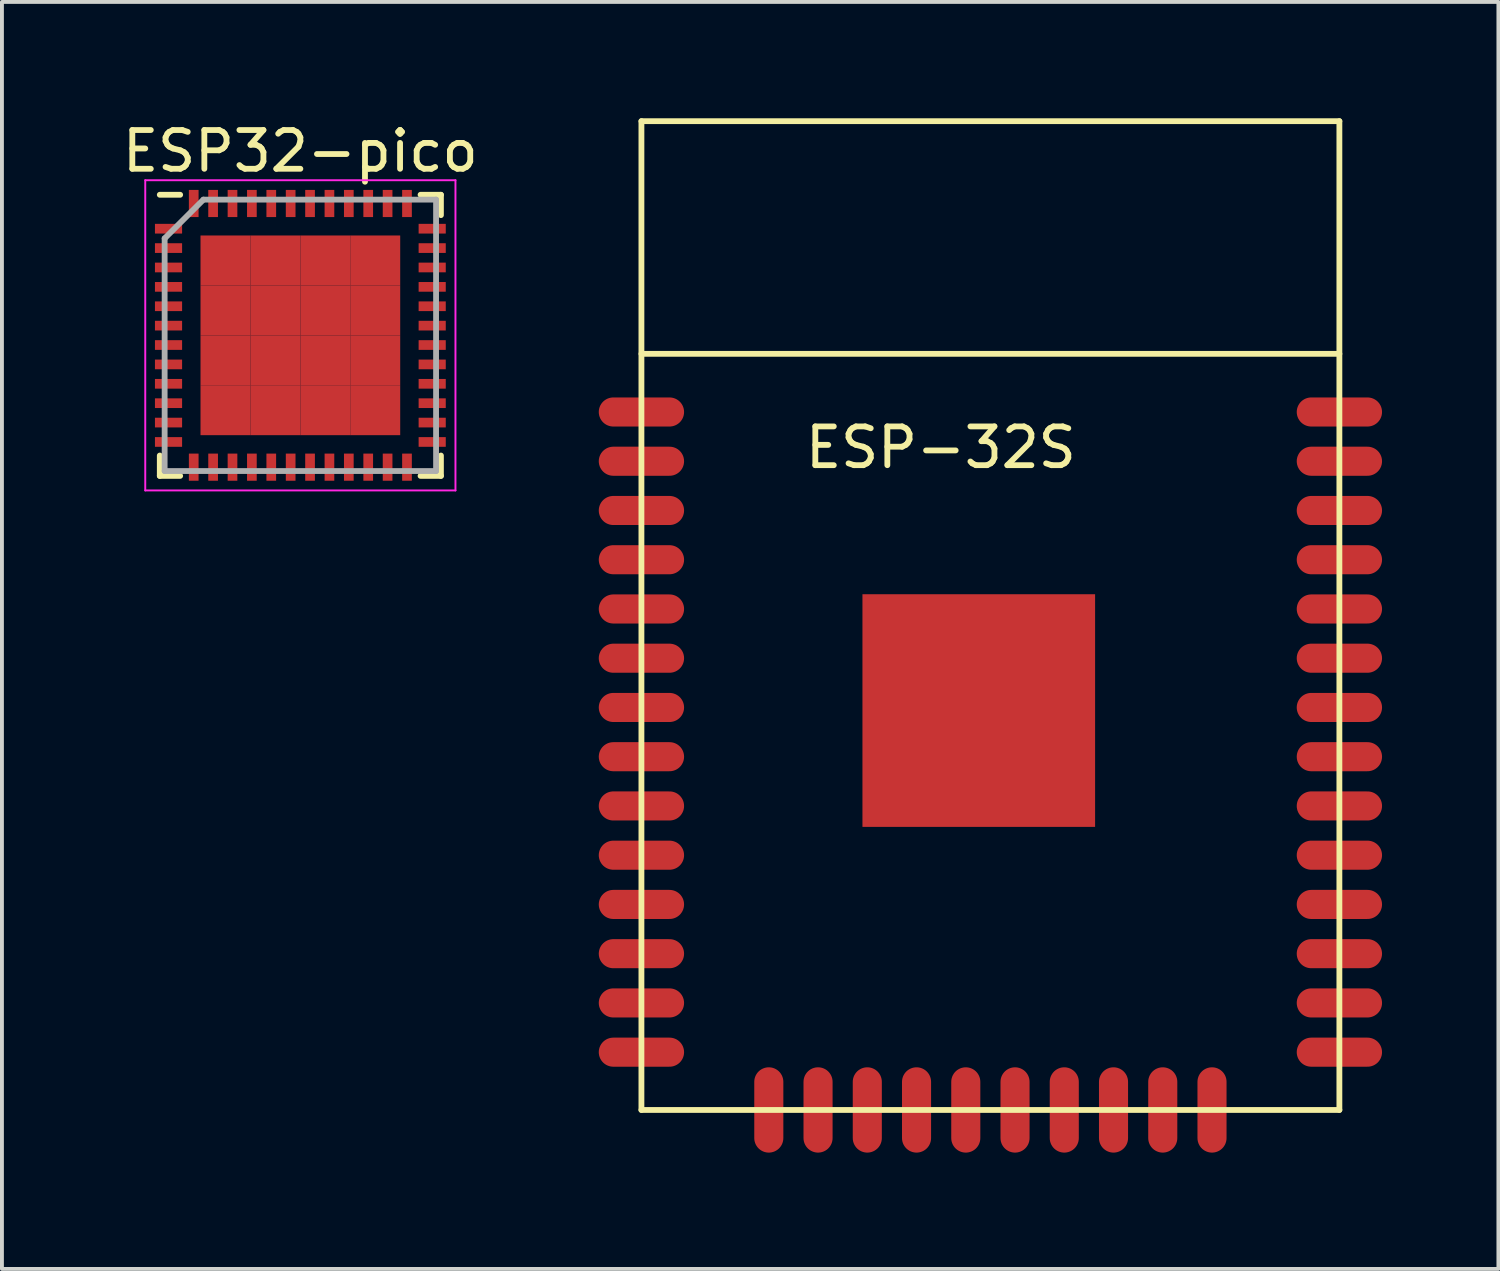
<source format=kicad_pcb>
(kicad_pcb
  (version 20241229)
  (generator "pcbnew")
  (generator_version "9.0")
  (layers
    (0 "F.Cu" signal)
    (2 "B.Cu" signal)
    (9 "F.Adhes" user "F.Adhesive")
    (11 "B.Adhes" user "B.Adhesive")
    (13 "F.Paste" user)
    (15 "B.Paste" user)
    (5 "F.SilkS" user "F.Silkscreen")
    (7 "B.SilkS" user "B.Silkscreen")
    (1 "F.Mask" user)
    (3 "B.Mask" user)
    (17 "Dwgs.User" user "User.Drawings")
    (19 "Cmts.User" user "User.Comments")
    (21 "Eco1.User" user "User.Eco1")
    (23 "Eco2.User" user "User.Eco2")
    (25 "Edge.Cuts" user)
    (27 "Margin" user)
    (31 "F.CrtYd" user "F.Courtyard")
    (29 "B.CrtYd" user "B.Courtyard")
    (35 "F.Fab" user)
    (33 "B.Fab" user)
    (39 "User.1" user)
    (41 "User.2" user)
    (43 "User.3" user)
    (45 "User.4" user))
  (footprint "ESP32-pico"
    (layer "F.Cu")
    (at 4.696 5.598)
    (property "Reference" "ESP32-pico" (at 0 -4.75 0) (layer "F.SilkS") (effects (font (size 1 1) (thickness 0.15))))
    (attr smd)
    (fp_line (start -3.625 -3.625) (end -3.1 -3.625) (stroke (width 0.15) (type solid)) (layer "F.SilkS"))
    (fp_line (start -3.625 3.625) (end -3.625 3.1) (stroke (width 0.15) (type solid)) (layer "F.SilkS"))
    (fp_line (start -3.625 3.625) (end -3.1 3.625) (stroke (width 0.15) (type solid)) (layer "F.SilkS"))
    (fp_line (start 3.625 -3.625) (end 3.1 -3.625) (stroke (width 0.15) (type solid)) (layer "F.SilkS"))
    (fp_line (start 3.625 -3.625) (end 3.625 -3.1) (stroke (width 0.15) (type solid)) (layer "F.SilkS"))
    (fp_line (start 3.625 3.625) (end 3.1 3.625) (stroke (width 0.15) (type solid)) (layer "F.SilkS"))
    (fp_line (start 3.625 3.625) (end 3.625 3.1) (stroke (width 0.15) (type solid)) (layer "F.SilkS"))
    (fp_line (start -4 -4) (end -4 4) (stroke (width 0.05) (type solid)) (layer "F.CrtYd"))
    (fp_line (start -4 -4) (end 4 -4) (stroke (width 0.05) (type solid)) (layer "F.CrtYd"))
    (fp_line (start -4 4) (end 4 4) (stroke (width 0.05) (type solid)) (layer "F.CrtYd"))
    (fp_line (start 4 -4) (end 4 4) (stroke (width 0.05) (type solid)) (layer "F.CrtYd"))
    (fp_line (start -3.5 -2.5) (end -2.5 -3.5) (stroke (width 0.15) (type solid)) (layer "F.Fab"))
    (fp_line (start -3.5 3.5) (end -3.5 -2.5) (stroke (width 0.15) (type solid)) (layer "F.Fab"))
    (fp_line (start -2.5 -3.5) (end 3.5 -3.5) (stroke (width 0.15) (type solid)) (layer "F.Fab"))
    (fp_line (start 3.5 -3.5) (end 3.5 3.5) (stroke (width 0.15) (type solid)) (layer "F.Fab"))
    (fp_line (start 3.5 3.5) (end -3.5 3.5) (stroke (width 0.15) (type solid)) (layer "F.Fab"))
    (pad "1" smd rect (at -3.4 -2.75) (size 0.7 0.25) (layers "F.Cu" "F.Mask" "F.Paste"))
    (pad "2" smd rect (at -3.4 -2.25) (size 0.7 0.25) (layers "F.Cu" "F.Mask" "F.Paste"))
    (pad "3" smd rect (at -3.4 -1.75) (size 0.7 0.25) (layers "F.Cu" "F.Mask" "F.Paste"))
    (pad "4" smd rect (at -3.4 -1.25) (size 0.7 0.25) (layers "F.Cu" "F.Mask" "F.Paste"))
    (pad "5" smd rect (at -3.4 -0.75) (size 0.7 0.25) (layers "F.Cu" "F.Mask" "F.Paste"))
    (pad "6" smd rect (at -3.4 -0.25) (size 0.7 0.25) (layers "F.Cu" "F.Mask" "F.Paste"))
    (pad "7" smd rect (at -3.4 0.25) (size 0.7 0.25) (layers "F.Cu" "F.Mask" "F.Paste"))
    (pad "8" smd rect (at -3.4 0.75) (size 0.7 0.25) (layers "F.Cu" "F.Mask" "F.Paste"))
    (pad "9" smd rect (at -3.4 1.25) (size 0.7 0.25) (layers "F.Cu" "F.Mask" "F.Paste"))
    (pad "10" smd rect (at -3.4 1.75) (size 0.7 0.25) (layers "F.Cu" "F.Mask" "F.Paste"))
    (pad "11" smd rect (at -3.4 2.25) (size 0.7 0.25) (layers "F.Cu" "F.Mask" "F.Paste"))
    (pad "12" smd rect (at -3.4 2.75) (size 0.7 0.25) (layers "F.Cu" "F.Mask" "F.Paste"))
    (pad "13" smd rect (at -2.75 3.4 90) (size 0.7 0.25) (layers "F.Cu" "F.Mask" "F.Paste"))
    (pad "14" smd rect (at -2.25 3.4 90) (size 0.7 0.25) (layers "F.Cu" "F.Mask" "F.Paste"))
    (pad "15" smd rect (at -1.75 3.4 90) (size 0.7 0.25) (layers "F.Cu" "F.Mask" "F.Paste"))
    (pad "16" smd rect (at -1.25 3.4 90) (size 0.7 0.25) (layers "F.Cu" "F.Mask" "F.Paste"))
    (pad "17" smd rect (at -0.75 3.4 90) (size 0.7 0.25) (layers "F.Cu" "F.Mask" "F.Paste"))
    (pad "18" smd rect (at -0.25 3.4 90) (size 0.7 0.25) (layers "F.Cu" "F.Mask" "F.Paste"))
    (pad "19" smd rect (at 0.25 3.4 90) (size 0.7 0.25) (layers "F.Cu" "F.Mask" "F.Paste"))
    (pad "20" smd rect (at 0.75 3.4 90) (size 0.7 0.25) (layers "F.Cu" "F.Mask" "F.Paste"))
    (pad "21" smd rect (at 1.25 3.4 90) (size 0.7 0.25) (layers "F.Cu" "F.Mask" "F.Paste"))
    (pad "22" smd rect (at 1.75 3.4 90) (size 0.7 0.25) (layers "F.Cu" "F.Mask" "F.Paste"))
    (pad "23" smd rect (at 2.25 3.4 90) (size 0.7 0.25) (layers "F.Cu" "F.Mask" "F.Paste"))
    (pad "24" smd rect (at 2.75 3.4 90) (size 0.7 0.25) (layers "F.Cu" "F.Mask" "F.Paste"))
    (pad "25" smd rect (at 3.4 2.75) (size 0.7 0.25) (layers "F.Cu" "F.Mask" "F.Paste"))
    (pad "26" smd rect (at 3.4 2.25) (size 0.7 0.25) (layers "F.Cu" "F.Mask" "F.Paste"))
    (pad "27" smd rect (at 3.4 1.75) (size 0.7 0.25) (layers "F.Cu" "F.Mask" "F.Paste"))
    (pad "28" smd rect (at 3.4 1.25) (size 0.7 0.25) (layers "F.Cu" "F.Mask" "F.Paste"))
    (pad "29" smd rect (at 3.4 0.75) (size 0.7 0.25) (layers "F.Cu" "F.Mask" "F.Paste"))
    (pad "30" smd rect (at 3.4 0.25) (size 0.7 0.25) (layers "F.Cu" "F.Mask" "F.Paste"))
    (pad "31" smd rect (at 3.4 -0.25) (size 0.7 0.25) (layers "F.Cu" "F.Mask" "F.Paste"))
    (pad "32" smd rect (at 3.4 -0.75) (size 0.7 0.25) (layers "F.Cu" "F.Mask" "F.Paste"))
    (pad "33" smd rect (at 3.4 -1.25) (size 0.7 0.25) (layers "F.Cu" "F.Mask" "F.Paste"))
    (pad "34" smd rect (at 3.4 -1.75) (size 0.7 0.25) (layers "F.Cu" "F.Mask" "F.Paste"))
    (pad "35" smd rect (at 3.4 -2.25) (size 0.7 0.25) (layers "F.Cu" "F.Mask" "F.Paste"))
    (pad "36" smd rect (at 3.4 -2.75) (size 0.7 0.25) (layers "F.Cu" "F.Mask" "F.Paste"))
    (pad "37" smd rect (at 2.75 -3.4 90) (size 0.7 0.25) (layers "F.Cu" "F.Mask" "F.Paste"))
    (pad "38" smd rect (at 2.25 -3.4 90) (size 0.7 0.25) (layers "F.Cu" "F.Mask" "F.Paste"))
    (pad "39" smd rect (at 1.75 -3.4 90) (size 0.7 0.25) (layers "F.Cu" "F.Mask" "F.Paste"))
    (pad "40" smd rect (at 1.25 -3.4 90) (size 0.7 0.25) (layers "F.Cu" "F.Mask" "F.Paste"))
    (pad "41" smd rect (at 0.75 -3.4 90) (size 0.7 0.25) (layers "F.Cu" "F.Mask" "F.Paste"))
    (pad "42" smd rect (at 0.25 -3.4 90) (size 0.7 0.25) (layers "F.Cu" "F.Mask" "F.Paste"))
    (pad "43" smd rect (at -0.25 -3.4 90) (size 0.7 0.25) (layers "F.Cu" "F.Mask" "F.Paste"))
    (pad "44" smd rect (at -0.75 -3.4 90) (size 0.7 0.25) (layers "F.Cu" "F.Mask" "F.Paste"))
    (pad "45" smd rect (at -1.25 -3.4 90) (size 0.7 0.25) (layers "F.Cu" "F.Mask" "F.Paste"))
    (pad "46" smd rect (at -1.75 -3.4 90) (size 0.7 0.25) (layers "F.Cu" "F.Mask" "F.Paste"))
    (pad "47" smd rect (at -2.25 -3.4 90) (size 0.7 0.25) (layers "F.Cu" "F.Mask" "F.Paste"))
    (pad "48" smd rect (at -2.75 -3.4 90) (size 0.7 0.25) (layers "F.Cu" "F.Mask" "F.Paste"))
    (pad "49" smd rect (at -1.931 -1.931) (size 1.288 1.288) (layers "F.Cu" "F.Mask" "F.Paste"))
    (pad "49" smd rect (at -1.931 -0.644) (size 1.288 1.288) (layers "F.Cu" "F.Mask" "F.Paste"))
    (pad "49" smd rect (at -1.931 0.644) (size 1.288 1.288) (layers "F.Cu" "F.Mask" "F.Paste"))
    (pad "49" smd rect (at -1.931 1.931) (size 1.288 1.288) (layers "F.Cu" "F.Mask" "F.Paste"))
    (pad "49" smd rect (at -0.644 -1.931) (size 1.288 1.288) (layers "F.Cu" "F.Mask" "F.Paste"))
    (pad "49" smd rect (at -0.644 -0.644) (size 1.288 1.288) (layers "F.Cu" "F.Mask" "F.Paste"))
    (pad "49" smd rect (at -0.644 0.644) (size 1.288 1.288) (layers "F.Cu" "F.Mask" "F.Paste"))
    (pad "49" smd rect (at -0.644 1.931) (size 1.288 1.288) (layers "F.Cu" "F.Mask" "F.Paste"))
    (pad "49" smd rect (at 0.644 -1.931) (size 1.288 1.288) (layers "F.Cu" "F.Mask" "F.Paste"))
    (pad "49" smd rect (at 0.644 -0.644) (size 1.288 1.288) (layers "F.Cu" "F.Mask" "F.Paste"))
    (pad "49" smd rect (at 0.644 0.644) (size 1.288 1.288) (layers "F.Cu" "F.Mask" "F.Paste"))
    (pad "49" smd rect (at 0.644 1.931) (size 1.288 1.288) (layers "F.Cu" "F.Mask" "F.Paste"))
    (pad "49" smd rect (at 1.931 -1.931) (size 1.288 1.288) (layers "F.Cu" "F.Mask" "F.Paste"))
    (pad "49" smd rect (at 1.931 -0.644) (size 1.288 1.288) (layers "F.Cu" "F.Mask" "F.Paste"))
    (pad "49" smd rect (at 1.931 0.644) (size 1.288 1.288) (layers "F.Cu" "F.Mask" "F.Paste"))
    (pad "49" smd rect (at 1.931 1.931) (size 1.288 1.288) (layers "F.Cu" "F.Mask" "F.Paste")))
  (footprint "ESP-32S"
    (layer "F.Cu")
    (at 22.545 17.092)
    (property "Reference" "ESP-32S" (at -1.33 -8.6 0) (layer "F.SilkS") (effects (font (size 1 1) (thickness 0.15))))
    (attr through_hole)
    (fp_line (start -9.053 -17.017) (end -9.053 8.483) (stroke (width 0.15) (type solid)) (layer "F.SilkS"))
    (fp_line (start 8.947 -17.017) (end -9.053 -17.017) (stroke (width 0.15) (type solid)) (layer "F.SilkS"))
    (fp_line (start 8.947 -17.017) (end 8.947 8.483) (stroke (width 0.15) (type solid)) (layer "F.SilkS"))
    (fp_line (start 8.947 -11.017) (end -9.053 -11.017) (stroke (width 0.15) (type solid)) (layer "F.SilkS"))
    (fp_line (start 8.947 8.483) (end -9.053 8.483) (stroke (width 0.15) (type solid)) (layer "F.SilkS"))
    (pad "1" smd oval (at -9.053 -9.517 180) (size 2.2 0.75) (layers "F.Cu" "F.Mask" "F.Paste"))
    (pad "2" smd oval (at -9.053 -8.247 180) (size 2.2 0.75) (layers "F.Cu" "F.Mask" "F.Paste"))
    (pad "3" smd oval (at -9.053 -6.977 180) (size 2.2 0.75) (layers "F.Cu" "F.Mask" "F.Paste"))
    (pad "4" smd oval (at -9.053 -5.707 180) (size 2.2 0.75) (layers "F.Cu" "F.Mask" "F.Paste"))
    (pad "5" smd oval (at -9.053 -4.437 180) (size 2.2 0.75) (layers "F.Cu" "F.Mask" "F.Paste"))
    (pad "6" smd oval (at -9.053 -3.167 180) (size 2.2 0.75) (layers "F.Cu" "F.Mask" "F.Paste"))
    (pad "7" smd oval (at -9.053 -1.897 180) (size 2.2 0.75) (layers "F.Cu" "F.Mask" "F.Paste"))
    (pad "8" smd oval (at -9.053 -0.627 180) (size 2.2 0.75) (layers "F.Cu" "F.Mask" "F.Paste"))
    (pad "9" smd oval (at -9.053 0.643 180) (size 2.2 0.75) (layers "F.Cu" "F.Mask" "F.Paste"))
    (pad "10" smd oval (at -9.053 1.913 180) (size 2.2 0.75) (layers "F.Cu" "F.Mask" "F.Paste"))
    (pad "11" smd oval (at -9.053 3.183 180) (size 2.2 0.75) (layers "F.Cu" "F.Mask" "F.Paste"))
    (pad "12" smd oval (at -9.053 4.453 180) (size 2.2 0.75) (layers "F.Cu" "F.Mask" "F.Paste"))
    (pad "13" smd oval (at -9.053 5.723 180) (size 2.2 0.75) (layers "F.Cu" "F.Mask" "F.Paste"))
    (pad "14" smd oval (at -9.053 6.993 180) (size 2.2 0.75) (layers "F.Cu" "F.Mask" "F.Paste"))
    (pad "15" smd oval (at -5.768 8.483 180) (size 0.75 2.2) (layers "F.Cu" "F.Mask" "F.Paste"))
    (pad "16" smd oval (at -4.498 8.483 180) (size 0.75 2.2) (layers "F.Cu" "F.Mask" "F.Paste"))
    (pad "17" smd oval (at -3.228 8.483 180) (size 0.75 2.2) (layers "F.Cu" "F.Mask" "F.Paste"))
    (pad "18" smd oval (at -1.958 8.483 180) (size 0.75 2.2) (layers "F.Cu" "F.Mask" "F.Paste"))
    (pad "19" smd oval (at -0.688 8.483 180) (size 0.75 2.2) (layers "F.Cu" "F.Mask" "F.Paste"))
    (pad "20" smd oval (at 0.582 8.483 180) (size 0.75 2.2) (layers "F.Cu" "F.Mask" "F.Paste"))
    (pad "21" smd oval (at 1.852 8.483 180) (size 0.75 2.2) (layers "F.Cu" "F.Mask" "F.Paste"))
    (pad "22" smd oval (at 3.122 8.483 180) (size 0.75 2.2) (layers "F.Cu" "F.Mask" "F.Paste"))
    (pad "23" smd oval (at 4.392 8.483 180) (size 0.75 2.2) (layers "F.Cu" "F.Mask" "F.Paste"))
    (pad "24" smd oval (at 5.662 8.483 180) (size 0.75 2.2) (layers "F.Cu" "F.Mask" "F.Paste"))
    (pad "25" smd oval (at 8.947 6.993 180) (size 2.2 0.75) (layers "F.Cu" "F.Mask" "F.Paste"))
    (pad "26" smd oval (at 8.947 5.723 180) (size 2.2 0.75) (layers "F.Cu" "F.Mask" "F.Paste"))
    (pad "27" smd oval (at 8.947 4.453 180) (size 2.2 0.75) (layers "F.Cu" "F.Mask" "F.Paste"))
    (pad "28" smd oval (at 8.947 3.183 180) (size 2.2 0.75) (layers "F.Cu" "F.Mask" "F.Paste"))
    (pad "29" smd oval (at 8.947 1.913 180) (size 2.2 0.75) (layers "F.Cu" "F.Mask" "F.Paste"))
    (pad "30" smd oval (at 8.947 0.643 180) (size 2.2 0.75) (layers "F.Cu" "F.Mask" "F.Paste"))
    (pad "31" smd oval (at 8.947 -0.627 180) (size 2.2 0.75) (layers "F.Cu" "F.Mask" "F.Paste"))
    (pad "32" smd oval (at 8.947 -1.897 180) (size 2.2 0.75) (layers "F.Cu" "F.Mask" "F.Paste"))
    (pad "33" smd oval (at 8.947 -3.167 180) (size 2.2 0.75) (layers "F.Cu" "F.Mask" "F.Paste"))
    (pad "34" smd oval (at 8.947 -4.437 180) (size 2.2 0.75) (layers "F.Cu" "F.Mask" "F.Paste"))
    (pad "35" smd oval (at 8.947 -5.707 180) (size 2.2 0.75) (layers "F.Cu" "F.Mask" "F.Paste"))
    (pad "36" smd oval (at 8.947 -6.977 180) (size 2.2 0.75) (layers "F.Cu" "F.Mask" "F.Paste"))
    (pad "37" smd oval (at 8.947 -8.247 180) (size 2.2 0.75) (layers "F.Cu" "F.Mask" "F.Paste"))
    (pad "38" smd oval (at 8.947 -9.517 180) (size 2.2 0.75) (layers "F.Cu" "F.Mask" "F.Paste"))
    (pad "39" smd rect (at -0.353 -1.817 180) (size 6 6) (layers "F.Cu" "F.Mask" "F.Paste")))
  (gr_rect
    (start -3 -3)
    (end 35.593 29.675)
    (stroke (width 0.1) (type default))
    (fill no)
    (layer "Edge.Cuts")))
</source>
